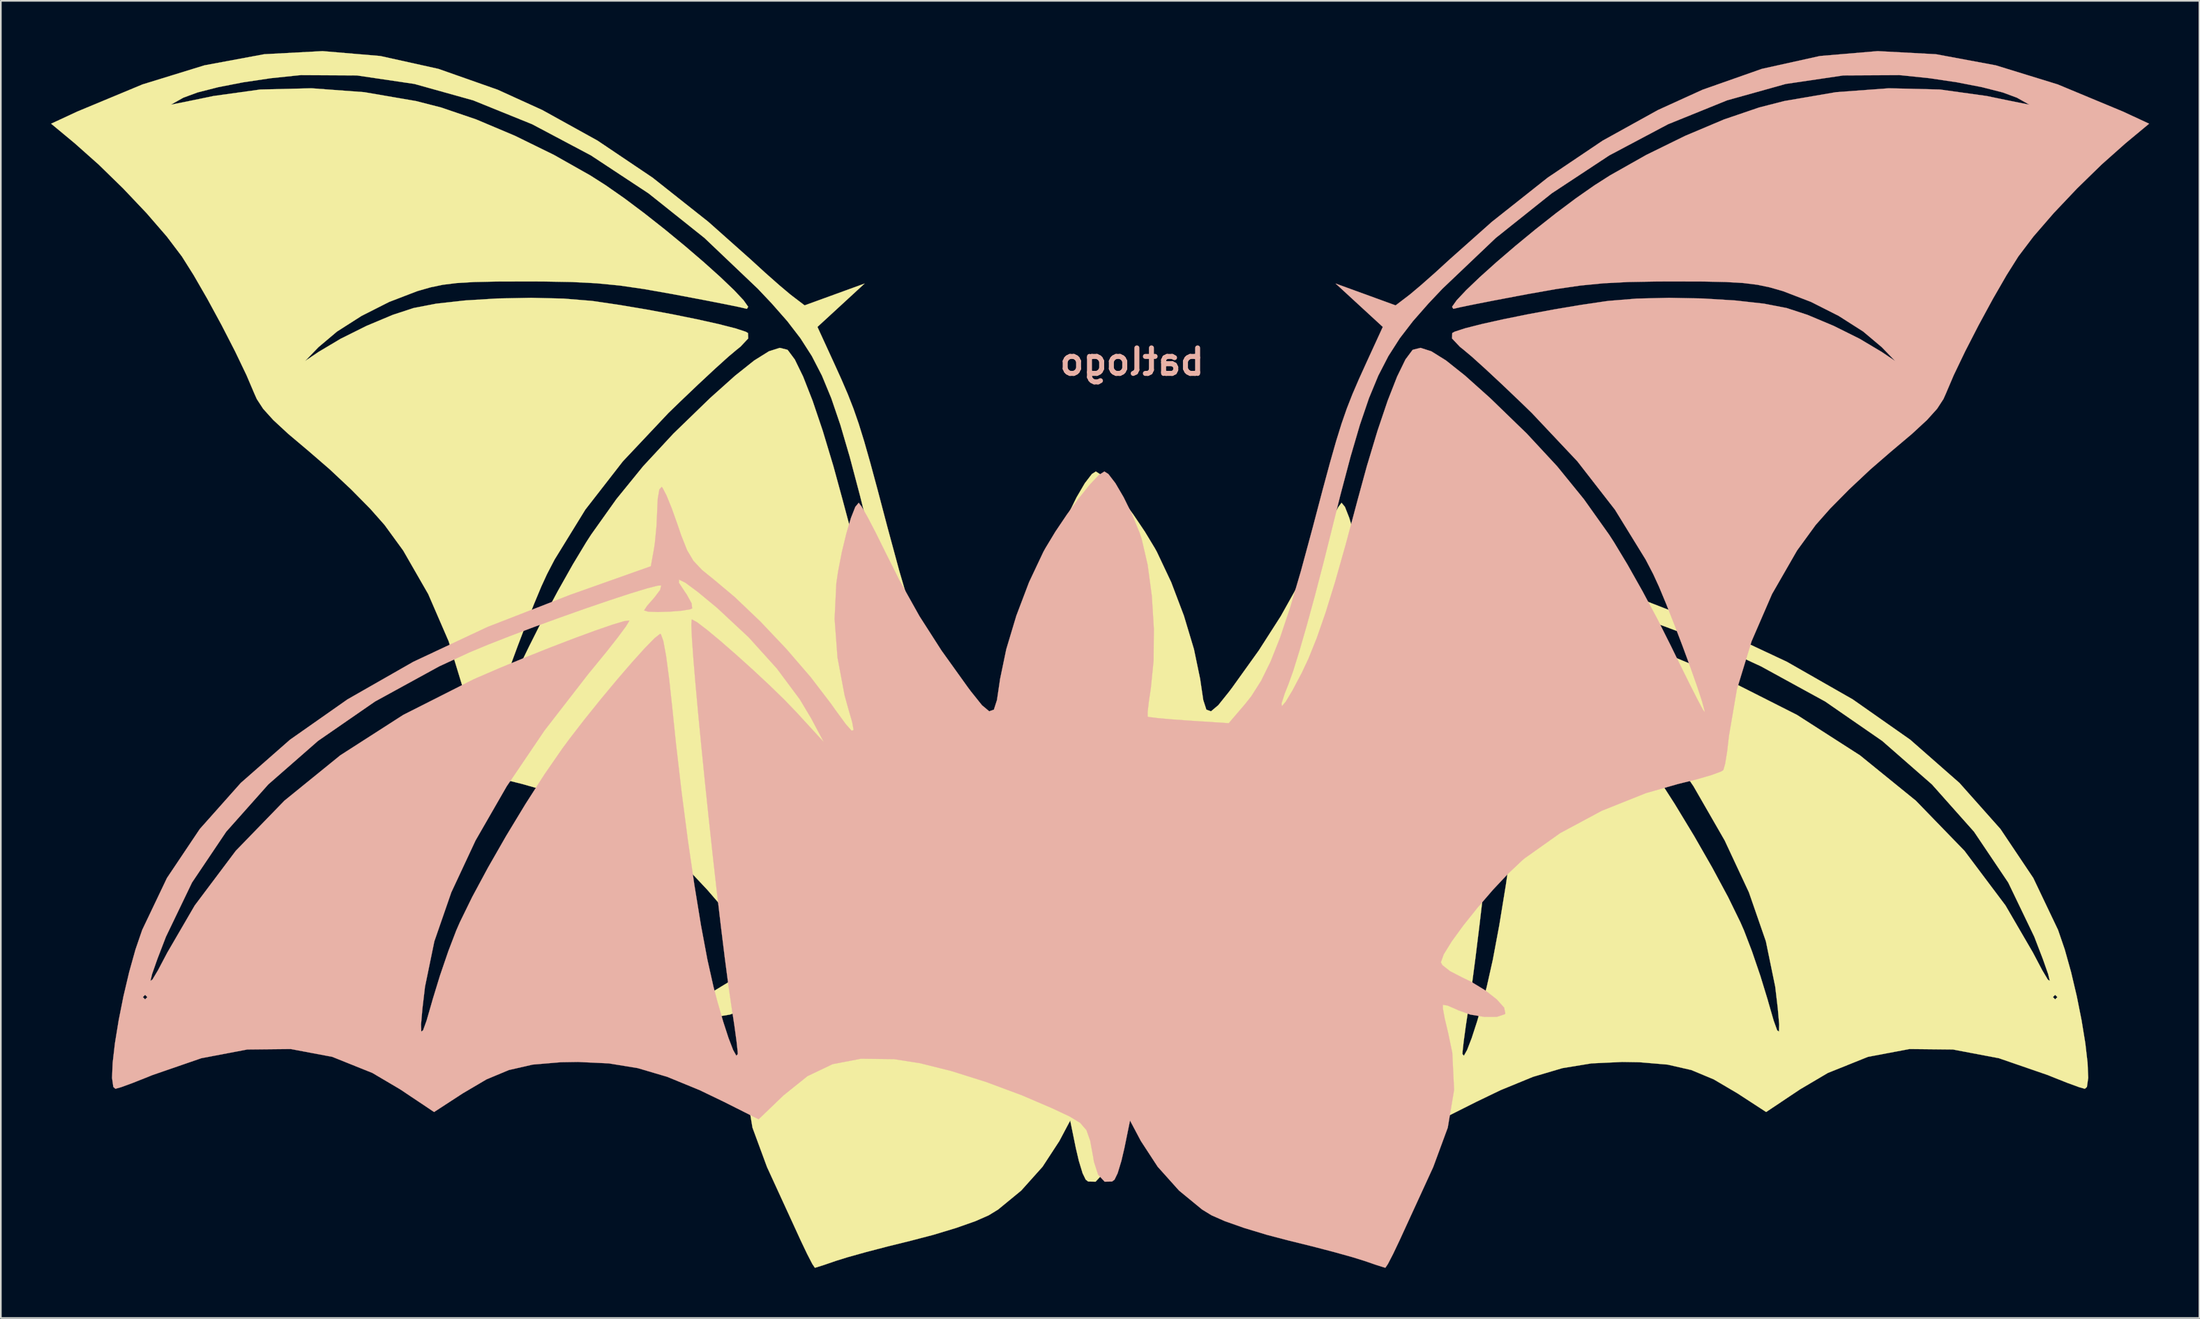
<source format=kicad_pcb>
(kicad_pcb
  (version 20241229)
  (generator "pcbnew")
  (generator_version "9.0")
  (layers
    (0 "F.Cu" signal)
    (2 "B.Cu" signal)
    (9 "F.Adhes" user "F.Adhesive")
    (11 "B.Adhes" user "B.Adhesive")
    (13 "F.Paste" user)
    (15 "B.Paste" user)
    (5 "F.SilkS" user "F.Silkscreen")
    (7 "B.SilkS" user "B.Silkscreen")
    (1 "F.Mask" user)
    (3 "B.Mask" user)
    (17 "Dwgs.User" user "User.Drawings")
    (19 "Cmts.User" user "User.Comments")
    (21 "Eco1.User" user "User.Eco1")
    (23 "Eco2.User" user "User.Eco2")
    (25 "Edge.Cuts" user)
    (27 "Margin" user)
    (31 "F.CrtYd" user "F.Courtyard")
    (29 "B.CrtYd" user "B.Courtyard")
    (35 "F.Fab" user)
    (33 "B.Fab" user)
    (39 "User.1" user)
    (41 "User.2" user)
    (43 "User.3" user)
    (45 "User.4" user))
  (footprint "batlogo"
    (layer "F.Cu")
    (at 49.332 36.359)
    (property "Reference" "batlogo" (at 15.24 -17.78 180) (layer "B.SilkS") (effects (font (size 1.524 1.524) (thickness 0.3)) (justify mirror)))
    (attr through_hole)
    (fp_poly (pts (xy -29.664 -36.062) (xy -26.194 -35.293) (xy -22.652 -34.046) (xy -19.986 -32.832) (xy -16.684 -31.003) (xy -13.398 -28.79) (xy -10.064 -26.148) (xy -7.556 -23.916) (xy -6.668 -23.104) (xy -5.834 -22.367) (xy -5.199 -21.832) (xy -5.066 -21.727) (xy -4.317 -21.157) (xy -2.526 -21.809) (xy -0.735 -22.461) (xy -2.143 -21.165) (xy -3.551 -19.869) (xy -2.581 -17.755) (xy -2.119 -16.736) (xy -1.736 -15.846) (xy -1.402 -14.993) (xy -1.087 -14.087) (xy -0.761 -13.036) (xy -0.395 -11.748) (xy 0.042 -10.132) (xy 0.578 -8.096) (xy 0.626 -7.913) (xy 1.344 -5.262) (xy 1.988 -3.077) (xy 2.583 -1.299) (xy 3.152 0.134) (xy 3.716 1.28) (xy 4.3 2.2) (xy 4.674 2.673) (xy 5.652 3.816) (xy 8.035 3.661) (xy 9.1 3.584) (xy 9.938 3.508) (xy 10.425 3.446) (xy 10.496 3.424) (xy 10.497 3.139) (xy 10.42 2.48) (xy 10.308 1.738) (xy 10.142 0.073) (xy 10.126 -1.832) (xy 10.248 -3.798) (xy 10.496 -5.646) (xy 10.855 -7.198) (xy 10.974 -7.557) (xy 11.423 -8.656) (xy 11.928 -9.684) (xy 12.422 -10.529) (xy 12.843 -11.078) (xy 13.08 -11.228) (xy 13.407 -11.019) (xy 13.939 -10.455) (xy 14.6 -9.635) (xy 15.316 -8.66) (xy 16.009 -7.63) (xy 16.605 -6.643) (xy 16.729 -6.417) (xy 17.581 -4.611) (xy 18.341 -2.606) (xy 18.941 -0.606) (xy 19.313 1.184) (xy 19.34 1.377) (xy 19.497 2.433) (xy 19.682 3.006) (xy 19.959 3.105) (xy 20.392 2.741) (xy 21.047 1.923) (xy 21.242 1.662) (xy 22.813 -0.531) (xy 24.124 -2.577) (xy 25.307 -4.693) (xy 26.184 -6.444) (xy 26.739 -7.567) (xy 27.219 -8.489) (xy 27.575 -9.117) (xy 27.755 -9.358) (xy 27.757 -9.358) (xy 27.959 -9.114) (xy 28.216 -8.461) (xy 28.495 -7.519) (xy 28.764 -6.404) (xy 28.99 -5.237) (xy 29.092 -4.545) (xy 29.195 -2.426) (xy 29.022 -0.11) (xy 28.596 2.158) (xy 28.398 2.874) (xy 28.143 3.758) (xy 28.06 4.224) (xy 28.178 4.266) (xy 28.525 3.877) (xy 29.129 3.052) (xy 29.407 2.659) (xy 30.619 1.073) (xy 32.074 -0.616) (xy 33.634 -2.264) (xy 35.164 -3.724) (xy 36.34 -4.712) (xy 37.112 -5.338) (xy 37.631 -5.888) (xy 38.012 -6.53) (xy 38.369 -7.435) (xy 38.566 -8.017) (xy 38.92 -9.013) (xy 39.241 -9.802) (xy 39.475 -10.253) (xy 39.525 -10.307) (xy 39.665 -10.155) (xy 39.76 -9.596) (xy 39.786 -9.039) (xy 39.833 -7.983) (xy 39.932 -6.955) (xy 39.987 -6.593) (xy 40.172 -5.565) (xy 44.985 -3.858) (xy 49.927 -1.936) (xy 54.363 0.146) (xy 58.295 2.392) (xy 61.729 4.803) (xy 64.668 7.385) (xy 67.117 10.139) (xy 69.08 13.069) (xy 70.557 16.169) (xy 70.958 17.338) (xy 71.336 18.691) (xy 71.677 20.136) (xy 71.965 21.582) (xy 72.186 22.938) (xy 72.322 24.113) (xy 72.36 25.015) (xy 72.283 25.555) (xy 72.159 25.667) (xy 71.819 25.571) (xy 71.121 25.316) (xy 70.201 24.951) (xy 69.954 24.85) (xy 67.024 23.839) (xy 64.277 23.318) (xy 61.681 23.291) (xy 59.201 23.758) (xy 56.805 24.721) (xy 55.147 25.7) (xy 53.121 27.055) (xy 51.407 25.939) (xy 49.988 25.103) (xy 48.654 24.546) (xy 47.232 24.221) (xy 45.551 24.079) (xy 44.521 24.063) (xy 42.683 24.149) (xy 40.954 24.432) (xy 39.194 24.952) (xy 37.258 25.747) (xy 35.811 26.444) (xy 33.735 27.488) (xy 32.253 26.063) (xy 30.821 24.913) (xy 29.318 24.195) (xy 27.623 23.869) (xy 25.65 23.894) (xy 24.107 24.134) (xy 22.233 24.601) (xy 20.158 25.254) (xy 18.013 26.052) (xy 16.183 26.837) (xy 15.168 27.315) (xy 14.527 27.702) (xy 14.15 28.139) (xy 13.928 28.768) (xy 13.751 29.727) (xy 13.703 30.026) (xy 13.455 30.798) (xy 13.065 31.219) (xy 12.621 31.21) (xy 12.474 31.096) (xy 12.288 30.713) (xy 12.064 29.975) (xy 11.883 29.202) (xy 11.549 27.564) (xy 10.902 28.785) (xy 9.895 30.328) (xy 8.622 31.749) (xy 7.241 32.884) (xy 6.676 33.23) (xy 5.883 33.579) (xy 4.727 33.986) (xy 3.365 34.398) (xy 2.037 34.745) (xy 0.652 35.087) (xy -0.658 35.429) (xy -1.743 35.732) (xy -2.44 35.949) (xy -3.153 36.194) (xy -3.621 36.342) (xy -3.707 36.362) (xy -3.857 36.138) (xy -4.163 35.546) (xy -4.563 34.706) (xy -4.631 34.557) (xy -5.133 33.462) (xy -5.75 32.118) (xy -6.371 30.764) (xy -6.563 30.346) (xy -7.432 27.988) (xy -7.809 25.736) (xy -7.701 23.511) (xy -7.456 22.335) (xy -7.253 21.487) (xy -7.14 20.872) (xy -7.138 20.646) (xy -7.415 20.689) (xy -7.962 20.924) (xy -8.05 20.969) (xy -8.785 21.232) (xy -9.621 21.369) (xy -10.365 21.366) (xy -10.829 21.212) (xy -10.87 21.163) (xy -10.798 20.817) (xy -10.357 20.324) (xy -9.655 19.773) (xy -8.803 19.256) (xy -8.288 19.01) (xy -7.567 18.637) (xy -7.107 18.275) (xy -7.018 18.104) (xy -7.193 17.624) (xy -7.668 16.856) (xy -8.366 15.896) (xy -9.212 14.838) (xy -10.129 13.775) (xy -11.043 12.802) (xy -11.878 12.013) (xy -12.014 11.898) (xy -14.152 10.38) (xy -16.632 9.049) (xy -19.268 7.994) (xy -21.189 7.448) (xy -22.293 7.173) (xy -23.19 6.912) (xy -23.76 6.701) (xy -23.893 6.615) (xy -24.001 6.238) (xy -24.121 5.493) (xy -24.184 4.946) (xy 29.84 4.946) (xy 31.48 3.157) (xy 32.189 2.421) (xy 33.074 1.559) (xy 34.058 0.641) (xy 35.061 -0.264) (xy 36.005 -1.088) (xy 36.814 -1.762) (xy 37.409 -2.217) (xy 37.712 -2.383) (xy 37.73 -2.376) (xy 37.752 -2.055) (xy 37.718 -1.268) (xy 37.634 -0.081) (xy 37.507 1.441) (xy 37.345 3.232) (xy 37.152 5.228) (xy 36.937 7.363) (xy 36.706 9.571) (xy 36.466 11.788) (xy 36.223 13.948) (xy 35.984 15.986) (xy 35.756 17.836) (xy 35.546 19.433) (xy 35.36 20.712) (xy 35.349 20.785) (xy 35.18 21.903) (xy 35.053 22.837) (xy 34.986 23.449) (xy 34.98 23.592) (xy 35.065 23.691) (xy 35.258 23.347) (xy 35.531 22.638) (xy 35.856 21.638) (xy 36.207 20.424) (xy 36.431 19.571) (xy 36.794 17.951) (xy 37.18 15.888) (xy 37.574 13.473) (xy 37.963 10.798) (xy 38.334 7.952) (xy 38.674 5.027) (xy 38.883 3.002) (xy 39.079 1.179) (xy 39.262 -0.198) (xy 39.429 -1.101) (xy 39.575 -1.505) (xy 39.621 -1.523) (xy 39.946 -1.269) (xy 40.531 -0.671) (xy 41.31 0.193) (xy 42.214 1.243) (xy 43.177 2.401) (xy 44.132 3.588) (xy 45.011 4.725) (xy 45.458 5.329) (xy 46.518 6.863) (xy 47.661 8.645) (xy 48.813 10.547) (xy 49.9 12.445) (xy 50.849 14.21) (xy 51.585 15.718) (xy 51.796 16.2) (xy 52.272 17.443) (xy 52.775 18.916) (xy 53.207 20.328) (xy 53.259 20.514) (xy 53.57 21.592) (xy 53.779 22.171) (xy 53.888 22.247) (xy 53.9 21.813) (xy 53.817 20.864) (xy 53.737 20.186) (xy 70.251 20.186) (xy 70.385 20.32) (xy 70.518 20.186) (xy 70.385 20.053) (xy 70.251 20.186) (xy 53.737 20.186) (xy 53.664 19.567) (xy 53.105 16.852) (xy 52.092 13.926) (xy 50.645 10.826) (xy 48.783 7.588) (xy 46.526 4.251) (xy 43.893 0.851) (xy 43.659 0.568) (xy 42.823 -0.454) (xy 42.14 -1.324) (xy 41.667 -1.963) (xy 41.466 -2.293) (xy 41.466 -2.318) (xy 41.762 -2.284) (xy 42.467 -2.073) (xy 43.496 -1.718) (xy 44.766 -1.251) (xy 46.192 -0.703) (xy 47.691 -0.106) (xy 49.177 0.508) (xy 50.567 1.108) (xy 50.785 1.205) (xy 54.962 3.318) (xy 58.726 5.736) (xy 62.065 8.448) (xy 64.968 11.443) (xy 67.42 14.71) (xy 69.06 17.53) (xy 69.612 18.577) (xy 69.947 19.139) (xy 70.065 19.216) (xy 69.966 18.807) (xy 69.651 17.911) (xy 69.138 16.577) (xy 67.582 13.34) (xy 65.538 10.301) (xy 63.024 7.474) (xy 60.055 4.875) (xy 56.646 2.518) (xy 52.815 0.418) (xy 51.001 -0.421) (xy 49.923 -0.871) (xy 48.607 -1.387) (xy 47.137 -1.941) (xy 45.596 -2.503) (xy 44.068 -3.044) (xy 42.636 -3.533) (xy 41.385 -3.943) (xy 40.398 -4.244) (xy 39.759 -4.407) (xy 39.554 -4.417) (xy 39.617 -4.149) (xy 39.962 -3.692) (xy 39.993 -3.658) (xy 40.396 -3.197) (xy 40.573 -2.929) (xy 40.573 -2.924) (xy 40.339 -2.852) (xy 39.759 -2.832) (xy 39.021 -2.854) (xy 38.311 -2.911) (xy 37.815 -2.996) (xy 37.706 -3.045) (xy 37.738 -3.346) (xy 38.03 -3.877) (xy 38.127 -4.014) (xy 38.497 -4.58) (xy 38.49 -4.769) (xy 38.107 -4.58) (xy 37.346 -4.014) (xy 36.207 -3.071) (xy 36.2 -3.065) (xy 34.322 -1.312) (xy 32.646 0.546) (xy 31.277 2.385) (xy 30.595 3.525) (xy 29.84 4.946) (xy -24.184 4.946) (xy -24.225 4.588) (xy -24.7 1.802) (xy -25.581 -1.082) (xy -26.802 -3.903) (xy -28.297 -6.505) (xy -29.411 -8.035) (xy -30.273 -9.009) (xy -31.411 -10.162) (xy -32.676 -11.35) (xy -33.903 -12.413) (xy -35.164 -13.478) (xy -36.061 -14.308) (xy -36.663 -14.976) (xy -37.041 -15.556) (xy -37.183 -15.874) (xy -37.658 -16.988) (xy -38.337 -18.405) (xy -39.142 -19.972) (xy -39.993 -21.541) (xy -40.811 -22.96) (xy -41.515 -24.079) (xy -41.515 -24.079) (xy -42.416 -25.27) (xy -43.623 -26.665) (xy -45.021 -28.141) (xy -46.491 -29.576) (xy -47.918 -30.845) (xy -48.025 -30.934) (xy -49.327 -32.016) (xy -47.757 -32.745) (xy -46.779 -33.152) (xy -42.177 -33.152) (xy -41.509 -33.284) (xy -40.826 -33.423) (xy -39.93 -33.608) (xy -39.637 -33.67) (xy -36.838 -34.059) (xy -33.778 -34.133) (xy -30.621 -33.9) (xy -27.533 -33.37) (xy -26.031 -32.985) (xy -23.933 -32.27) (xy -21.622 -31.294) (xy -19.288 -30.149) (xy -17.121 -28.924) (xy -16.19 -28.33) (xy -15.083 -27.556) (xy -13.89 -26.661) (xy -12.666 -25.695) (xy -11.463 -24.704) (xy -10.337 -23.737) (xy -9.343 -22.843) (xy -8.533 -22.069) (xy -7.964 -21.463) (xy -7.689 -21.074) (xy -7.763 -20.95) (xy -7.876 -20.976) (xy -8.249 -21.062) (xy -9.047 -21.225) (xy -10.17 -21.445) (xy -11.516 -21.701) (xy -12.232 -21.836) (xy -13.92 -22.134) (xy -15.363 -22.343) (xy -16.735 -22.477) (xy -18.21 -22.553) (xy -19.965 -22.584) (xy -20.922 -22.587) (xy -22.699 -22.582) (xy -24.052 -22.553) (xy -25.091 -22.492) (xy -25.926 -22.389) (xy -26.668 -22.234) (xy -27.426 -22.017) (xy -27.472 -22.002) (xy -29.134 -21.363) (xy -30.784 -20.528) (xy -32.249 -19.593) (xy -33.354 -18.662) (xy -34.156 -17.834) (xy -33.354 -18.375) (xy -32.039 -19.159) (xy -30.485 -19.933) (xy -28.921 -20.59) (xy -27.674 -20.999) (xy -26.327 -21.259) (xy -24.603 -21.451) (xy -22.658 -21.57) (xy -20.645 -21.609) (xy -18.722 -21.563) (xy -17.041 -21.426) (xy -16.862 -21.403) (xy -15.38 -21.184) (xy -13.803 -20.919) (xy -12.227 -20.627) (xy -10.747 -20.327) (xy -9.459 -20.04) (xy -8.458 -19.785) (xy -7.839 -19.583) (xy -7.699 -19.503) (xy -7.687 -19.179) (xy -8.152 -18.685) (xy -8.358 -18.521) (xy -8.869 -18.092) (xy -9.67 -17.368) (xy -10.672 -16.434) (xy -11.786 -15.371) (xy -12.455 -14.722) (xy -15.171 -11.839) (xy -17.418 -8.947) (xy -19.254 -5.963) (xy -19.705 -5.096) (xy -20.048 -4.349) (xy -20.481 -3.309) (xy -20.966 -2.085) (xy -21.463 -0.782) (xy -21.932 0.491) (xy -22.333 1.628) (xy -22.626 2.523) (xy -22.771 3.069) (xy -22.779 3.159) (xy -22.666 2.993) (xy -22.359 2.418) (xy -21.896 1.507) (xy -21.315 0.335) (xy -20.773 -0.778) (xy -19.96 -2.397) (xy -19.061 -4.08) (xy -18.166 -5.669) (xy -17.363 -7.001) (xy -17.065 -7.462) (xy -15.562 -9.576) (xy -13.964 -11.542) (xy -12.15 -13.498) (xy -10 -15.582) (xy -9.925 -15.652) (xy -8.473 -16.952) (xy -7.327 -17.865) (xy -6.45 -18.413) (xy -5.803 -18.619) (xy -5.351 -18.506) (xy -5.318 -18.48) (xy -4.904 -17.924) (xy -4.405 -16.898) (xy -3.841 -15.458) (xy -3.233 -13.657) (xy -2.599 -11.55) (xy -2.056 -9.562) (xy -1.336 -6.866) (xy -0.702 -4.629) (xy -0.133 -2.789) (xy 0.391 -1.28) (xy 0.89 -0.039) (xy 1.286 0.802) (xy 1.845 1.862) (xy 2.249 2.533) (xy 2.474 2.799) (xy 2.501 2.64) (xy 2.308 2.04) (xy 2.082 1.471) (xy 1.8 0.683) (xy 1.425 -0.527) (xy 0.982 -2.064) (xy 0.5 -3.829) (xy 0.006 -5.725) (xy -0.327 -7.054) (xy -1.013 -9.804) (xy -1.621 -12.101) (xy -2.181 -14.012) (xy -2.724 -15.608) (xy -3.282 -16.958) (xy -3.886 -18.129) (xy -4.567 -19.193) (xy -5.355 -20.218) (xy -6.282 -21.273) (xy -7.116 -22.155) (xy -10.301 -25.187) (xy -13.637 -27.849) (xy -17.081 -30.121) (xy -20.589 -31.982) (xy -24.118 -33.412) (xy -27.625 -34.392) (xy -31.067 -34.901) (xy -34.4 -34.919) (xy -34.557 -34.907) (xy -36.212 -34.734) (xy -37.851 -34.49) (xy -39.35 -34.198) (xy -40.582 -33.884) (xy -41.424 -33.573) (xy -41.503 -33.53) (xy -42.177 -33.152) (xy -46.779 -33.152) (xy -43.867 -34.364) (xy -40.165 -35.505) (xy -36.598 -36.168) (xy -33.115 -36.354) (xy -29.664 -36.062)) (stroke (width 0.01) (type solid)) (fill yes) (layer "F.SilkS"))
    (fp_poly (pts (xy 56.334 -36.062) (xy 52.864 -35.293) (xy 49.322 -34.046) (xy 46.656 -32.832) (xy 43.354 -31.003) (xy 40.068 -28.79) (xy 36.734 -26.148) (xy 34.226 -23.916) (xy 33.338 -23.104) (xy 32.504 -22.367) (xy 31.869 -21.832) (xy 31.736 -21.727) (xy 30.987 -21.157) (xy 29.196 -21.809) (xy 27.405 -22.461) (xy 28.813 -21.165) (xy 30.221 -19.869) (xy 29.251 -17.755) (xy 28.789 -16.736) (xy 28.406 -15.846) (xy 28.072 -14.993) (xy 27.757 -14.087) (xy 27.431 -13.036) (xy 27.065 -11.748) (xy 26.628 -10.132) (xy 26.092 -8.096) (xy 26.044 -7.913) (xy 25.326 -5.262) (xy 24.682 -3.077) (xy 24.087 -1.299) (xy 23.518 0.134) (xy 22.954 1.28) (xy 22.37 2.2) (xy 21.996 2.673) (xy 21.018 3.816) (xy 18.635 3.661) (xy 17.57 3.584) (xy 16.732 3.508) (xy 16.245 3.446) (xy 16.174 3.424) (xy 16.173 3.139) (xy 16.25 2.48) (xy 16.362 1.738) (xy 16.528 0.073) (xy 16.544 -1.832) (xy 16.422 -3.798) (xy 16.174 -5.646) (xy 15.815 -7.198) (xy 15.696 -7.557) (xy 15.247 -8.656) (xy 14.742 -9.684) (xy 14.248 -10.529) (xy 13.827 -11.078) (xy 13.59 -11.228) (xy 13.263 -11.019) (xy 12.731 -10.455) (xy 12.07 -9.635) (xy 11.354 -8.66) (xy 10.661 -7.63) (xy 10.065 -6.643) (xy 9.941 -6.417) (xy 9.089 -4.611) (xy 8.329 -2.606) (xy 7.729 -0.606) (xy 7.357 1.184) (xy 7.33 1.377) (xy 7.173 2.433) (xy 6.988 3.006) (xy 6.711 3.105) (xy 6.278 2.741) (xy 5.623 1.923) (xy 5.428 1.662) (xy 3.857 -0.531) (xy 2.546 -2.577) (xy 1.363 -4.693) (xy 0.486 -6.444) (xy -0.069 -7.567) (xy -0.549 -8.489) (xy -0.905 -9.117) (xy -1.085 -9.358) (xy -1.087 -9.358) (xy -1.289 -9.114) (xy -1.546 -8.461) (xy -1.825 -7.519) (xy -2.094 -6.404) (xy -2.32 -5.237) (xy -2.422 -4.545) (xy -2.525 -2.426) (xy -2.352 -0.11) (xy -1.926 2.158) (xy -1.728 2.874) (xy -1.473 3.758) (xy -1.39 4.224) (xy -1.508 4.266) (xy -1.855 3.877) (xy -2.459 3.052) (xy -2.737 2.659) (xy -3.949 1.073) (xy -5.404 -0.616) (xy -6.964 -2.264) (xy -8.494 -3.724) (xy -9.67 -4.712) (xy -10.442 -5.338) (xy -10.961 -5.888) (xy -11.342 -6.53) (xy -11.699 -7.435) (xy -11.896 -8.017) (xy -12.25 -9.013) (xy -12.571 -9.802) (xy -12.805 -10.253) (xy -12.855 -10.307) (xy -12.995 -10.155) (xy -13.09 -9.596) (xy -13.116 -9.039) (xy -13.163 -7.983) (xy -13.262 -6.955) (xy -13.317 -6.593) (xy -13.502 -5.565) (xy -18.315 -3.858) (xy -23.257 -1.936) (xy -27.693 0.146) (xy -31.625 2.392) (xy -35.059 4.803) (xy -37.998 7.385) (xy -40.447 10.139) (xy -42.41 13.069) (xy -43.887 16.169) (xy -44.288 17.338) (xy -44.666 18.691) (xy -45.007 20.136) (xy -45.295 21.582) (xy -45.516 22.938) (xy -45.652 24.113) (xy -45.69 25.015) (xy -45.613 25.555) (xy -45.489 25.667) (xy -45.149 25.571) (xy -44.451 25.316) (xy -43.531 24.951) (xy -43.284 24.85) (xy -40.354 23.839) (xy -37.607 23.318) (xy -35.011 23.291) (xy -32.531 23.758) (xy -30.135 24.721) (xy -28.477 25.7) (xy -26.451 27.055) (xy -24.737 25.939) (xy -23.318 25.103) (xy -21.984 24.546) (xy -20.562 24.221) (xy -18.881 24.079) (xy -17.851 24.063) (xy -16.013 24.149) (xy -14.284 24.432) (xy -12.524 24.952) (xy -10.588 25.747) (xy -9.141 26.444) (xy -7.065 27.488) (xy -5.583 26.063) (xy -4.151 24.913) (xy -2.648 24.195) (xy -0.953 23.869) (xy 1.02 23.894) (xy 2.563 24.134) (xy 4.437 24.601) (xy 6.512 25.254) (xy 8.657 26.052) (xy 10.487 26.837) (xy 11.502 27.315) (xy 12.143 27.702) (xy 12.52 28.139) (xy 12.742 28.768) (xy 12.919 29.727) (xy 12.967 30.026) (xy 13.215 30.798) (xy 13.605 31.219) (xy 14.049 31.21) (xy 14.196 31.096) (xy 14.382 30.713) (xy 14.606 29.975) (xy 14.787 29.202) (xy 15.121 27.564) (xy 15.768 28.785) (xy 16.775 30.328) (xy 18.048 31.749) (xy 19.429 32.884) (xy 19.994 33.23) (xy 20.787 33.579) (xy 21.943 33.986) (xy 23.305 34.398) (xy 24.633 34.745) (xy 26.018 35.087) (xy 27.328 35.429) (xy 28.413 35.732) (xy 29.11 35.949) (xy 29.823 36.194) (xy 30.291 36.342) (xy 30.377 36.362) (xy 30.527 36.138) (xy 30.833 35.546) (xy 31.233 34.706) (xy 31.301 34.557) (xy 31.803 33.462) (xy 32.42 32.118) (xy 33.041 30.764) (xy 33.233 30.346) (xy 34.102 27.988) (xy 34.479 25.736) (xy 34.371 23.511) (xy 34.126 22.335) (xy 33.923 21.487) (xy 33.81 20.872) (xy 33.808 20.646) (xy 34.085 20.689) (xy 34.632 20.924) (xy 34.72 20.969) (xy 35.455 21.232) (xy 36.291 21.369) (xy 37.035 21.366) (xy 37.499 21.212) (xy 37.54 21.163) (xy 37.468 20.817) (xy 37.027 20.324) (xy 36.325 19.773) (xy 35.473 19.256) (xy 34.958 19.01) (xy 34.237 18.637) (xy 33.777 18.275) (xy 33.688 18.104) (xy 33.863 17.624) (xy 34.338 16.856) (xy 35.036 15.896) (xy 35.882 14.838) (xy 36.799 13.775) (xy 37.713 12.802) (xy 38.548 12.013) (xy 38.684 11.898) (xy 40.822 10.38) (xy 43.302 9.049) (xy 45.938 7.994) (xy 47.859 7.448) (xy 48.963 7.173) (xy 49.86 6.912) (xy 50.43 6.701) (xy 50.563 6.615) (xy 50.671 6.238) (xy 50.791 5.493) (xy 50.854 4.946) (xy -3.17 4.946) (xy -4.81 3.157) (xy -5.519 2.421) (xy -6.404 1.559) (xy -7.388 0.641) (xy -8.391 -0.264) (xy -9.335 -1.088) (xy -10.144 -1.762) (xy -10.739 -2.217) (xy -11.042 -2.383) (xy -11.06 -2.376) (xy -11.082 -2.055) (xy -11.048 -1.268) (xy -10.964 -0.081) (xy -10.837 1.441) (xy -10.675 3.232) (xy -10.482 5.228) (xy -10.267 7.363) (xy -10.036 9.571) (xy -9.796 11.788) (xy -9.553 13.948) (xy -9.314 15.986) (xy -9.086 17.836) (xy -8.876 19.433) (xy -8.69 20.712) (xy -8.679 20.785) (xy -8.51 21.903) (xy -8.383 22.837) (xy -8.316 23.449) (xy -8.31 23.592) (xy -8.395 23.691) (xy -8.588 23.347) (xy -8.861 22.638) (xy -9.186 21.638) (xy -9.537 20.424) (xy -9.761 19.571) (xy -10.124 17.951) (xy -10.51 15.888) (xy -10.904 13.473) (xy -11.293 10.798) (xy -11.664 7.952) (xy -12.004 5.027) (xy -12.213 3.002) (xy -12.409 1.179) (xy -12.592 -0.198) (xy -12.759 -1.101) (xy -12.905 -1.505) (xy -12.951 -1.523) (xy -13.276 -1.269) (xy -13.861 -0.671) (xy -14.64 0.193) (xy -15.544 1.243) (xy -16.507 2.401) (xy -17.462 3.588) (xy -18.341 4.725) (xy -18.788 5.329) (xy -19.848 6.863) (xy -20.991 8.645) (xy -22.143 10.547) (xy -23.23 12.445) (xy -24.179 14.21) (xy -24.915 15.718) (xy -25.126 16.2) (xy -25.602 17.443) (xy -26.105 18.916) (xy -26.537 20.328) (xy -26.589 20.514) (xy -26.9 21.592) (xy -27.109 22.171) (xy -27.218 22.247) (xy -27.23 21.813) (xy -27.147 20.864) (xy -27.067 20.186) (xy -43.581 20.186) (xy -43.715 20.32) (xy -43.848 20.186) (xy -43.715 20.053) (xy -43.581 20.186) (xy -27.067 20.186) (xy -26.994 19.567) (xy -26.435 16.852) (xy -25.422 13.926) (xy -23.975 10.826) (xy -22.113 7.588) (xy -19.856 4.251) (xy -17.223 0.851) (xy -16.989 0.568) (xy -16.153 -0.454) (xy -15.47 -1.324) (xy -14.997 -1.963) (xy -14.796 -2.293) (xy -14.796 -2.318) (xy -15.092 -2.284) (xy -15.797 -2.073) (xy -16.826 -1.718) (xy -18.096 -1.251) (xy -19.522 -0.703) (xy -21.021 -0.106) (xy -22.507 0.508) (xy -23.897 1.108) (xy -24.115 1.205) (xy -28.292 3.318) (xy -32.056 5.736) (xy -35.395 8.448) (xy -38.298 11.443) (xy -40.75 14.71) (xy -42.39 17.53) (xy -42.942 18.577) (xy -43.277 19.139) (xy -43.395 19.216) (xy -43.296 18.807) (xy -42.981 17.911) (xy -42.468 16.577) (xy -40.912 13.34) (xy -38.868 10.301) (xy -36.354 7.474) (xy -33.385 4.875) (xy -29.976 2.518) (xy -26.145 0.418) (xy -24.331 -0.421) (xy -23.253 -0.871) (xy -21.937 -1.387) (xy -20.467 -1.941) (xy -18.926 -2.503) (xy -17.398 -3.044) (xy -15.966 -3.533) (xy -14.715 -3.943) (xy -13.728 -4.244) (xy -13.089 -4.407) (xy -12.884 -4.417) (xy -12.947 -4.149) (xy -13.292 -3.692) (xy -13.323 -3.658) (xy -13.726 -3.197) (xy -13.903 -2.929) (xy -13.903 -2.924) (xy -13.669 -2.852) (xy -13.089 -2.832) (xy -12.351 -2.854) (xy -11.641 -2.911) (xy -11.145 -2.996) (xy -11.036 -3.045) (xy -11.068 -3.346) (xy -11.36 -3.877) (xy -11.457 -4.014) (xy -11.827 -4.58) (xy -11.82 -4.769) (xy -11.437 -4.58) (xy -10.676 -4.014) (xy -9.537 -3.071) (xy -9.53 -3.065) (xy -7.652 -1.312) (xy -5.976 0.546) (xy -4.607 2.385) (xy -3.925 3.525) (xy -3.17 4.946) (xy 50.854 4.946) (xy 50.895 4.588) (xy 51.37 1.802) (xy 52.251 -1.082) (xy 53.472 -3.903) (xy 54.967 -6.505) (xy 56.081 -8.035) (xy 56.943 -9.009) (xy 58.081 -10.162) (xy 59.346 -11.35) (xy 60.573 -12.413) (xy 61.834 -13.478) (xy 62.731 -14.308) (xy 63.333 -14.976) (xy 63.711 -15.556) (xy 63.853 -15.874) (xy 64.328 -16.988) (xy 65.007 -18.405) (xy 65.812 -19.972) (xy 66.663 -21.541) (xy 67.481 -22.96) (xy 68.185 -24.079) (xy 68.185 -24.079) (xy 69.086 -25.27) (xy 70.293 -26.665) (xy 71.691 -28.141) (xy 73.161 -29.576) (xy 74.588 -30.845) (xy 74.695 -30.934) (xy 75.997 -32.016) (xy 74.427 -32.745) (xy 73.449 -33.152) (xy 68.847 -33.152) (xy 68.179 -33.284) (xy 67.496 -33.423) (xy 66.6 -33.608) (xy 66.307 -33.67) (xy 63.508 -34.059) (xy 60.448 -34.133) (xy 57.291 -33.9) (xy 54.203 -33.37) (xy 52.701 -32.985) (xy 50.603 -32.27) (xy 48.292 -31.294) (xy 45.958 -30.149) (xy 43.791 -28.924) (xy 42.86 -28.33) (xy 41.753 -27.556) (xy 40.56 -26.661) (xy 39.336 -25.695) (xy 38.133 -24.704) (xy 37.007 -23.737) (xy 36.013 -22.843) (xy 35.203 -22.069) (xy 34.634 -21.463) (xy 34.359 -21.074) (xy 34.433 -20.95) (xy 34.546 -20.976) (xy 34.919 -21.062) (xy 35.717 -21.225) (xy 36.84 -21.445) (xy 38.186 -21.701) (xy 38.902 -21.836) (xy 40.59 -22.134) (xy 42.033 -22.343) (xy 43.405 -22.477) (xy 44.88 -22.553) (xy 46.635 -22.584) (xy 47.592 -22.587) (xy 49.369 -22.582) (xy 50.722 -22.553) (xy 51.761 -22.492) (xy 52.596 -22.389) (xy 53.338 -22.234) (xy 54.096 -22.017) (xy 54.142 -22.002) (xy 55.804 -21.363) (xy 57.454 -20.528) (xy 58.919 -19.593) (xy 60.024 -18.662) (xy 60.826 -17.834) (xy 60.024 -18.375) (xy 58.709 -19.159) (xy 57.155 -19.933) (xy 55.591 -20.59) (xy 54.344 -20.999) (xy 52.997 -21.259) (xy 51.273 -21.451) (xy 49.328 -21.57) (xy 47.315 -21.609) (xy 45.392 -21.563) (xy 43.711 -21.426) (xy 43.532 -21.403) (xy 42.05 -21.184) (xy 40.473 -20.919) (xy 38.897 -20.627) (xy 37.417 -20.327) (xy 36.129 -20.04) (xy 35.128 -19.785) (xy 34.509 -19.583) (xy 34.369 -19.503) (xy 34.357 -19.179) (xy 34.822 -18.685) (xy 35.028 -18.521) (xy 35.539 -18.092) (xy 36.34 -17.368) (xy 37.342 -16.434) (xy 38.456 -15.371) (xy 39.125 -14.722) (xy 41.841 -11.839) (xy 44.088 -8.947) (xy 45.924 -5.963) (xy 46.375 -5.096) (xy 46.718 -4.349) (xy 47.151 -3.309) (xy 47.636 -2.085) (xy 48.133 -0.782) (xy 48.602 0.491) (xy 49.003 1.628) (xy 49.296 2.523) (xy 49.441 3.069) (xy 49.449 3.159) (xy 49.336 2.993) (xy 49.029 2.418) (xy 48.566 1.507) (xy 47.985 0.335) (xy 47.443 -0.778) (xy 46.63 -2.397) (xy 45.731 -4.08) (xy 44.836 -5.669) (xy 44.033 -7.001) (xy 43.735 -7.462) (xy 42.232 -9.576) (xy 40.634 -11.542) (xy 38.82 -13.498) (xy 36.67 -15.582) (xy 36.595 -15.652) (xy 35.143 -16.952) (xy 33.997 -17.865) (xy 33.12 -18.413) (xy 32.473 -18.619) (xy 32.022 -18.506) (xy 31.988 -18.48) (xy 31.574 -17.924) (xy 31.075 -16.898) (xy 30.511 -15.458) (xy 29.903 -13.657) (xy 29.269 -11.55) (xy 28.726 -9.562) (xy 28.006 -6.866) (xy 27.372 -4.629) (xy 26.803 -2.789) (xy 26.279 -1.28) (xy 25.78 -0.039) (xy 25.384 0.802) (xy 24.825 1.862) (xy 24.421 2.533) (xy 24.196 2.799) (xy 24.169 2.64) (xy 24.362 2.04) (xy 24.588 1.471) (xy 24.87 0.683) (xy 25.245 -0.527) (xy 25.688 -2.064) (xy 26.17 -3.829) (xy 26.664 -5.725) (xy 26.997 -7.054) (xy 27.683 -9.804) (xy 28.291 -12.101) (xy 28.851 -14.012) (xy 29.394 -15.608) (xy 29.952 -16.958) (xy 30.556 -18.129) (xy 31.237 -19.193) (xy 32.025 -20.218) (xy 32.952 -21.273) (xy 33.786 -22.155) (xy 36.971 -25.187) (xy 40.307 -27.849) (xy 43.751 -30.121) (xy 47.259 -31.982) (xy 50.788 -33.412) (xy 54.295 -34.392) (xy 57.737 -34.901) (xy 61.07 -34.919) (xy 61.227 -34.907) (xy 62.882 -34.734) (xy 64.521 -34.49) (xy 66.02 -34.198) (xy 67.252 -33.884) (xy 68.094 -33.573) (xy 68.173 -33.53) (xy 68.847 -33.152) (xy 73.449 -33.152) (xy 70.537 -34.364) (xy 66.835 -35.505) (xy 63.268 -36.168) (xy 59.785 -36.354) (xy 56.334 -36.062)) (stroke (width 0.01) (type solid)) (fill yes) (layer "B.SilkS")))
  (gr_rect
    (start -3 -3)
    (end 128.334 75.726)
    (stroke (width 0.1) (type default))
    (fill no)
    (layer "Edge.Cuts")))
</source>
